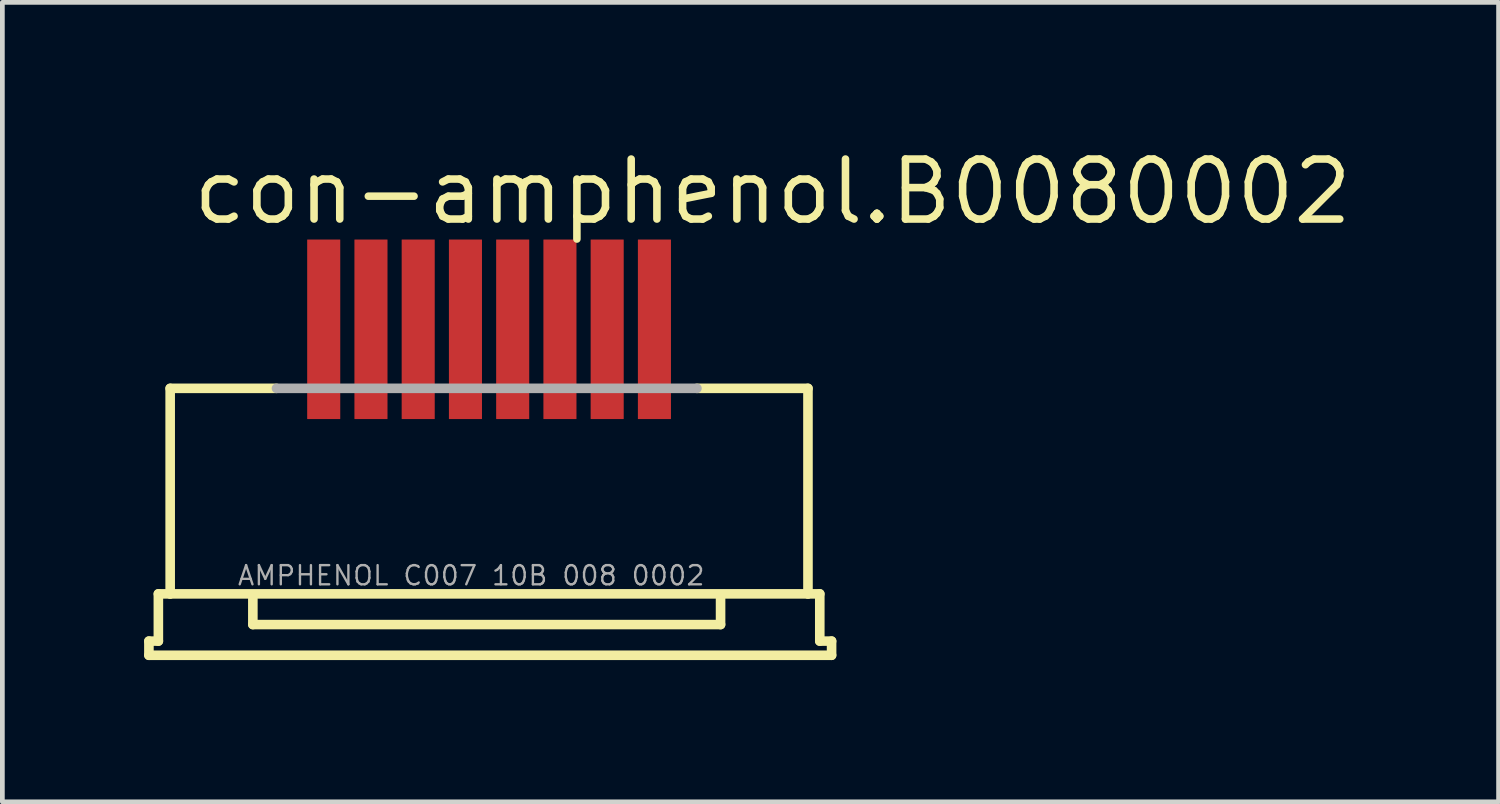
<source format=kicad_pcb>
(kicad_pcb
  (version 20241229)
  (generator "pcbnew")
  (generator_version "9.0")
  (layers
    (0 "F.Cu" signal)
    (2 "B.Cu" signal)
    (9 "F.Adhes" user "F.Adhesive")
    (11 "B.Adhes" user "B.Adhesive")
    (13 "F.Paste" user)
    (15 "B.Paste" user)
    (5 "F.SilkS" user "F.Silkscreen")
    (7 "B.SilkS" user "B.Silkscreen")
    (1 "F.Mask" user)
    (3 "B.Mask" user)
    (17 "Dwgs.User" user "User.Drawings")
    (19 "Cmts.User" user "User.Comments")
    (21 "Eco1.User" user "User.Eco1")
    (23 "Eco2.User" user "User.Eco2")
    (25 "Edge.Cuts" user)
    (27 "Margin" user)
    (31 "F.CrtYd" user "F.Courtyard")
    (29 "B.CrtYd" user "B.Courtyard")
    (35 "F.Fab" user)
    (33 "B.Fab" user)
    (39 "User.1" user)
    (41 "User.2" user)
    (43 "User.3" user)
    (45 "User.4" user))
  (footprint "con-amphenol.B0080002"
    (layer "F.Cu")
    (at 7.302 6.83)
    (property "Reference" "con-amphenol.B0080002" (at -6.35 -5.08 0) (layer "F.SilkS") (effects (font (size 1.27 1.27) (thickness 0.16)) (justify left bottom)))
    (attr smd)
    (fp_line (start -7.2 3.69) (end -7 3.69) (stroke (width 0.203) (type default)) (layer "F.SilkS"))
    (fp_line (start -7.2 3.99) (end -7.2 3.69) (stroke (width 0.203) (type default)) (layer "F.SilkS"))
    (fp_line (start -7 2.69) (end -6.75 2.69) (stroke (width 0.203) (type default)) (layer "F.SilkS"))
    (fp_line (start -7 3.69) (end -7 2.69) (stroke (width 0.203) (type default)) (layer "F.SilkS"))
    (fp_line (start -6.75 -1.66) (end -4.5 -1.66) (stroke (width 0.203) (type default)) (layer "F.SilkS"))
    (fp_line (start -6.75 2.69) (end -6.75 -1.66) (stroke (width 0.203) (type default)) (layer "F.SilkS"))
    (fp_line (start -6.75 2.69) (end 6.75 2.69) (stroke (width 0.203) (type default)) (layer "F.SilkS"))
    (fp_line (start -5 2.79) (end -5 3.34) (stroke (width 0.203) (type default)) (layer "F.SilkS"))
    (fp_line (start 4.4 -1.66) (end 6.75 -1.66) (stroke (width 0.203) (type default)) (layer "F.SilkS"))
    (fp_line (start 4.9 3.34) (end -5 3.34) (stroke (width 0.203) (type default)) (layer "F.SilkS"))
    (fp_line (start 4.9 3.34) (end 4.9 2.79) (stroke (width 0.203) (type default)) (layer "F.SilkS"))
    (fp_line (start 6.75 -1.66) (end 6.75 2.69) (stroke (width 0.203) (type default)) (layer "F.SilkS"))
    (fp_line (start 6.75 2.69) (end 7 2.69) (stroke (width 0.203) (type default)) (layer "F.SilkS"))
    (fp_line (start 7 2.69) (end 7 3.69) (stroke (width 0.203) (type default)) (layer "F.SilkS"))
    (fp_line (start 7 3.69) (end 7.25 3.69) (stroke (width 0.203) (type default)) (layer "F.SilkS"))
    (fp_line (start 7.25 3.69) (end 7.25 3.99) (stroke (width 0.203) (type default)) (layer "F.SilkS"))
    (fp_line (start 7.25 3.99) (end -7.2 3.99) (stroke (width 0.203) (type default)) (layer "F.SilkS"))
    (fp_line (start -4.5 -1.66) (end 4.4 -1.66) (stroke (width 0.203) (type default)) (layer "F.Fab"))
    (fp_text user "AMPHENOL C007 10B 008 0002" (at -5.35 2.54 0) (layer "F.Fab") (effects (font (size 0.406 0.406) (thickness 0.05)) (justify left bottom)))
    (pad "1" smd roundrect (at -3.5 -2.91) (size 0.7 3.8) (layers "F.Cu" "F.Mask" "F.Paste") (roundrect_rratio 0.01))
    (pad "2" smd roundrect (at -2.5 -2.91) (size 0.7 3.8) (layers "F.Cu" "F.Mask" "F.Paste") (roundrect_rratio 0.01))
    (pad "3" smd roundrect (at -1.5 -2.91) (size 0.7 3.8) (layers "F.Cu" "F.Mask" "F.Paste") (roundrect_rratio 0.01))
    (pad "4" smd roundrect (at -0.5 -2.91) (size 0.7 3.8) (layers "F.Cu" "F.Mask" "F.Paste") (roundrect_rratio 0.01))
    (pad "5" smd roundrect (at 0.5 -2.91) (size 0.7 3.8) (layers "F.Cu" "F.Mask" "F.Paste") (roundrect_rratio 0.01))
    (pad "6" smd roundrect (at 1.5 -2.91) (size 0.7 3.8) (layers "F.Cu" "F.Mask" "F.Paste") (roundrect_rratio 0.01))
    (pad "7" smd roundrect (at 2.5 -2.91) (size 0.7 3.8) (layers "F.Cu" "F.Mask" "F.Paste") (roundrect_rratio 0.01))
    (pad "8" smd roundrect (at 3.5 -2.91) (size 0.7 3.8) (layers "F.Cu" "F.Mask" "F.Paste") (roundrect_rratio 0.01)))
  (gr_rect
    (start -3 -3)
    (end 28.67 13.922)
    (stroke (width 0.1) (type default))
    (fill no)
    (layer "Edge.Cuts")))
</source>
